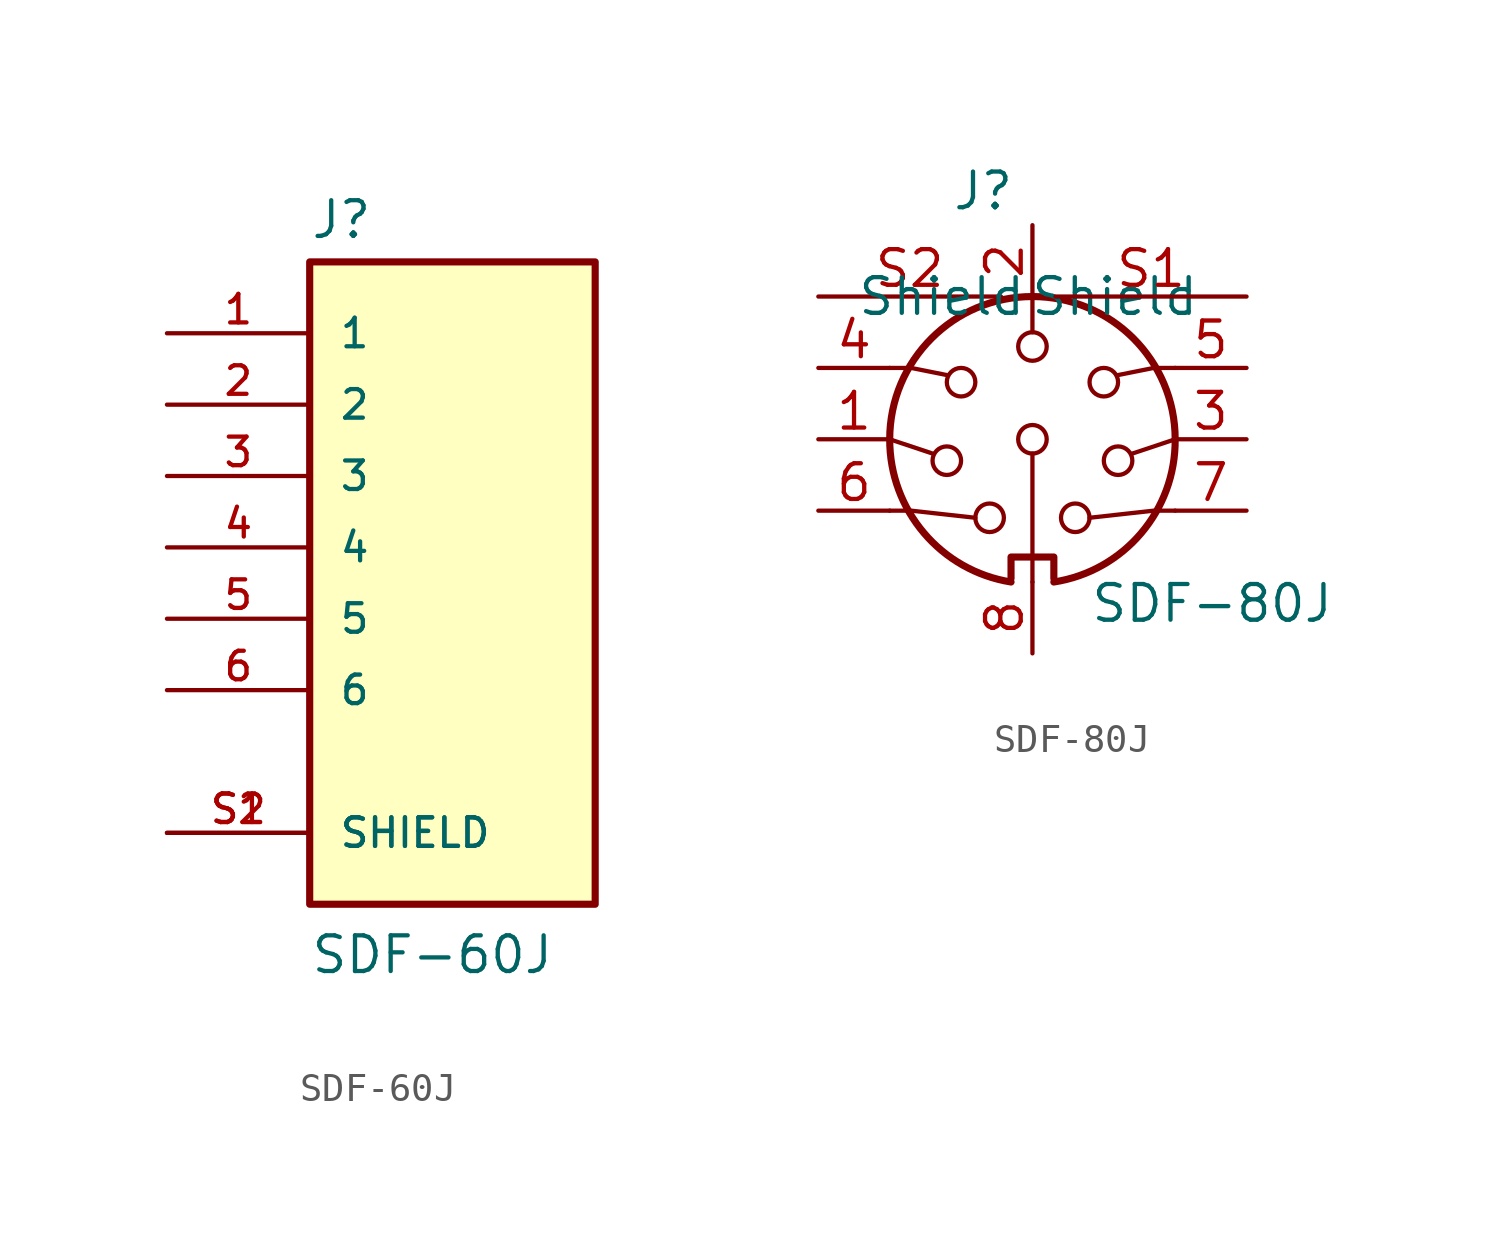
<source format=kicad_sym>
(kicad_symbol_lib
  (version 20211014)
  (generator kicad_symbol_editor)
  (symbol "SDF-60J"
    (pin_names
      (offset 1.016))
    (property "Reference" "J"
      (at -5.08 10.922 0)
      (effects (font (size 1.27 1.27)) (justify left bottom)))
    (property "Value" "SDF-60J"
      (at -5.08 -15.24 0)
      (effects (font (size 1.27 1.27)) (justify left bottom)))
    (property "ki_locked" ""
      (at 0 0 0)
      (effects (font (size 1.27 1.27))))
    (symbol "SDF-60J_0_0"
      (rectangle (start -5.08 -12.7) (end 5.08 10.16) (stroke (width 0.254) (type default) (color 0 0 0 0)) (fill (type background)))
      (pin passive line (at -10.16 7.62 0) (length 5.08) (name "1" (effects (font (size 1.016 1.016)))) (number "1" (effects (font (size 1.016 1.016)))))
      (pin passive line (at -10.16 5.08 0) (length 5.08) (name "2" (effects (font (size 1.016 1.016)))) (number "2" (effects (font (size 1.016 1.016)))))
      (pin passive line (at -10.16 2.54 0) (length 5.08) (name "3" (effects (font (size 1.016 1.016)))) (number "3" (effects (font (size 1.016 1.016)))))
      (pin passive line (at -10.16 0 0) (length 5.08) (name "4" (effects (font (size 1.016 1.016)))) (number "4" (effects (font (size 1.016 1.016)))))
      (pin passive line (at -10.16 -2.54 0) (length 5.08) (name "5" (effects (font (size 1.016 1.016)))) (number "5" (effects (font (size 1.016 1.016)))))
      (pin passive line (at -10.16 -5.08 0) (length 5.08) (name "6" (effects (font (size 1.016 1.016)))) (number "6" (effects (font (size 1.016 1.016)))))
      (pin passive line (at -10.16 -10.16 0) (length 5.08) (name "SHIELD" (effects (font (size 1.016 1.016)))) (number "S1" (effects (font (size 1.016 1.016)))))
      (pin passive line (at -10.16 -10.16 0) (length 5.08) (name "SHIELD" (effects (font (size 1.016 1.016)))) (number "S2" (effects (font (size 1.016 1.016)))))))
  (symbol "SDF-80J"
    (pin_names
      (offset 1.016))
    (property "Reference" "J"
      (at -1.753 8.839 0)
      (effects (font (size 1.27 1.27))))
    (property "Value" "SDF-80J"
      (at 2.032 -5.842 0)
      (effects (font (size 1.27 1.27)) (justify left)))
    (symbol "SDF-80J_0_0"
      (pin bidirectional line (at 7.62 5.08 180) (length 6.8) (name "Shield" (effects (font (size 1.27 1.27)))) (number "S1" (effects (font (size 1.27 1.27)))))
      (pin bidirectional line (at -7.62 5.08 0) (length 6.5) (name "Shield" (effects (font (size 1.27 1.27)))) (number "S2" (effects (font (size 1.27 1.27))))))
    (symbol "SDF-80J_0_1"
      (arc (start -5.08 0) (mid -3.8597 -3.3379) (end -0.762 -5.08) (stroke (width 0.254) (type default) (color 0 0 0 0)) (fill (type none)))
      (circle (center -3.048 -0.762) (radius 0.508) (stroke (width 0) (type default) (color 0 0 0 0)) (fill (type none)))
      (circle (center -2.54 2.032) (radius 0.508) (stroke (width 0) (type default) (color 0 0 0 0)) (fill (type none)))
      (circle (center -1.524 -2.794) (radius 0.508) (stroke (width 0) (type default) (color 0 0 0 0)) (fill (type none)))
      (polyline (pts (xy -5.08 0) (xy -3.556 -0.508)) (stroke (width 0) (type default) (color 0 0 0 0)) (fill (type none)))
      (polyline (pts (xy 0 -0.508) (xy 0 -5.08)) (stroke (width 0) (type default) (color 0 0 0 0)) (fill (type none)))
      (polyline (pts (xy 0 5.08) (xy 0 3.81)) (stroke (width 0) (type default) (color 0 0 0 0)) (fill (type none)))
      (polyline (pts (xy 5.08 0) (xy 3.556 -0.508)) (stroke (width 0) (type default) (color 0 0 0 0)) (fill (type none)))
      (polyline (pts (xy -5.08 -2.54) (xy -4.318 -2.54) (xy -2.032 -2.794)) (stroke (width 0) (type default) (color 0 0 0 0)) (fill (type none)))
      (polyline (pts (xy -5.08 2.54) (xy -4.318 2.54) (xy -3.048 2.286)) (stroke (width 0) (type default) (color 0 0 0 0)) (fill (type none)))
      (polyline (pts (xy 5.08 -2.54) (xy 4.318 -2.54) (xy 2.032 -2.794)) (stroke (width 0) (type default) (color 0 0 0 0)) (fill (type none)))
      (polyline (pts (xy 5.08 2.54) (xy 4.318 2.54) (xy 3.048 2.286)) (stroke (width 0) (type default) (color 0 0 0 0)) (fill (type none)))
      (polyline (pts (xy -0.762 -4.953) (xy -0.762 -4.191) (xy 0.762 -4.191) (xy 0.762 -4.953)) (stroke (width 0.254) (type default) (color 0 0 0 0)) (fill (type none)))
      (circle (center 0 0) (radius 0.508) (stroke (width 0) (type default) (color 0 0 0 0)) (fill (type none)))
      (circle (center 0 3.302) (radius 0.508) (stroke (width 0) (type default) (color 0 0 0 0)) (fill (type none)))
      (arc (start 0.762 -5.08) (mid 3.8673 -3.3444) (end 5.08 0) (stroke (width 0.254) (type default) (color 0 0 0 0)) (fill (type none)))
      (circle (center 1.524 -2.794) (radius 0.508) (stroke (width 0) (type default) (color 0 0 0 0)) (fill (type none)))
      (circle (center 2.54 2.032) (radius 0.508) (stroke (width 0) (type default) (color 0 0 0 0)) (fill (type none)))
      (circle (center 3.048 -0.762) (radius 0.508) (stroke (width 0) (type default) (color 0 0 0 0)) (fill (type none)))
      (arc (start 5.08 0) (mid 0 5.08) (end -5.08 0) (stroke (width 0.254) (type default) (color 0 0 0 0)) (fill (type none))))
    (symbol "SDF-80J_1_1"
      (pin passive line (at -7.62 0 0) (length 2.54) (name "~" (effects (font (size 1.27 1.27)))) (number "1" (effects (font (size 1.27 1.27)))))
      (pin passive line (at 0 7.62 270) (length 2.54) (name "~" (effects (font (size 1.27 1.27)))) (number "2" (effects (font (size 1.27 1.27)))))
      (pin passive line (at 7.62 0 180) (length 2.54) (name "~" (effects (font (size 1.27 1.27)))) (number "3" (effects (font (size 1.27 1.27)))))
      (pin passive line (at -7.62 2.54 0) (length 2.54) (name "~" (effects (font (size 1.27 1.27)))) (number "4" (effects (font (size 1.27 1.27)))))
      (pin passive line (at 7.62 2.54 180) (length 2.54) (name "~" (effects (font (size 1.27 1.27)))) (number "5" (effects (font (size 1.27 1.27)))))
      (pin passive line (at -7.62 -2.54 0) (length 2.54) (name "~" (effects (font (size 1.27 1.27)))) (number "6" (effects (font (size 1.27 1.27)))))
      (pin passive line (at 7.62 -2.54 180) (length 2.54) (name "~" (effects (font (size 1.27 1.27)))) (number "7" (effects (font (size 1.27 1.27)))))
      (pin passive line (at 0 -7.62 90) (length 2.54) (name "~" (effects (font (size 1.27 1.27)))) (number "8" (effects (font (size 1.27 1.27))))))))
</source>
